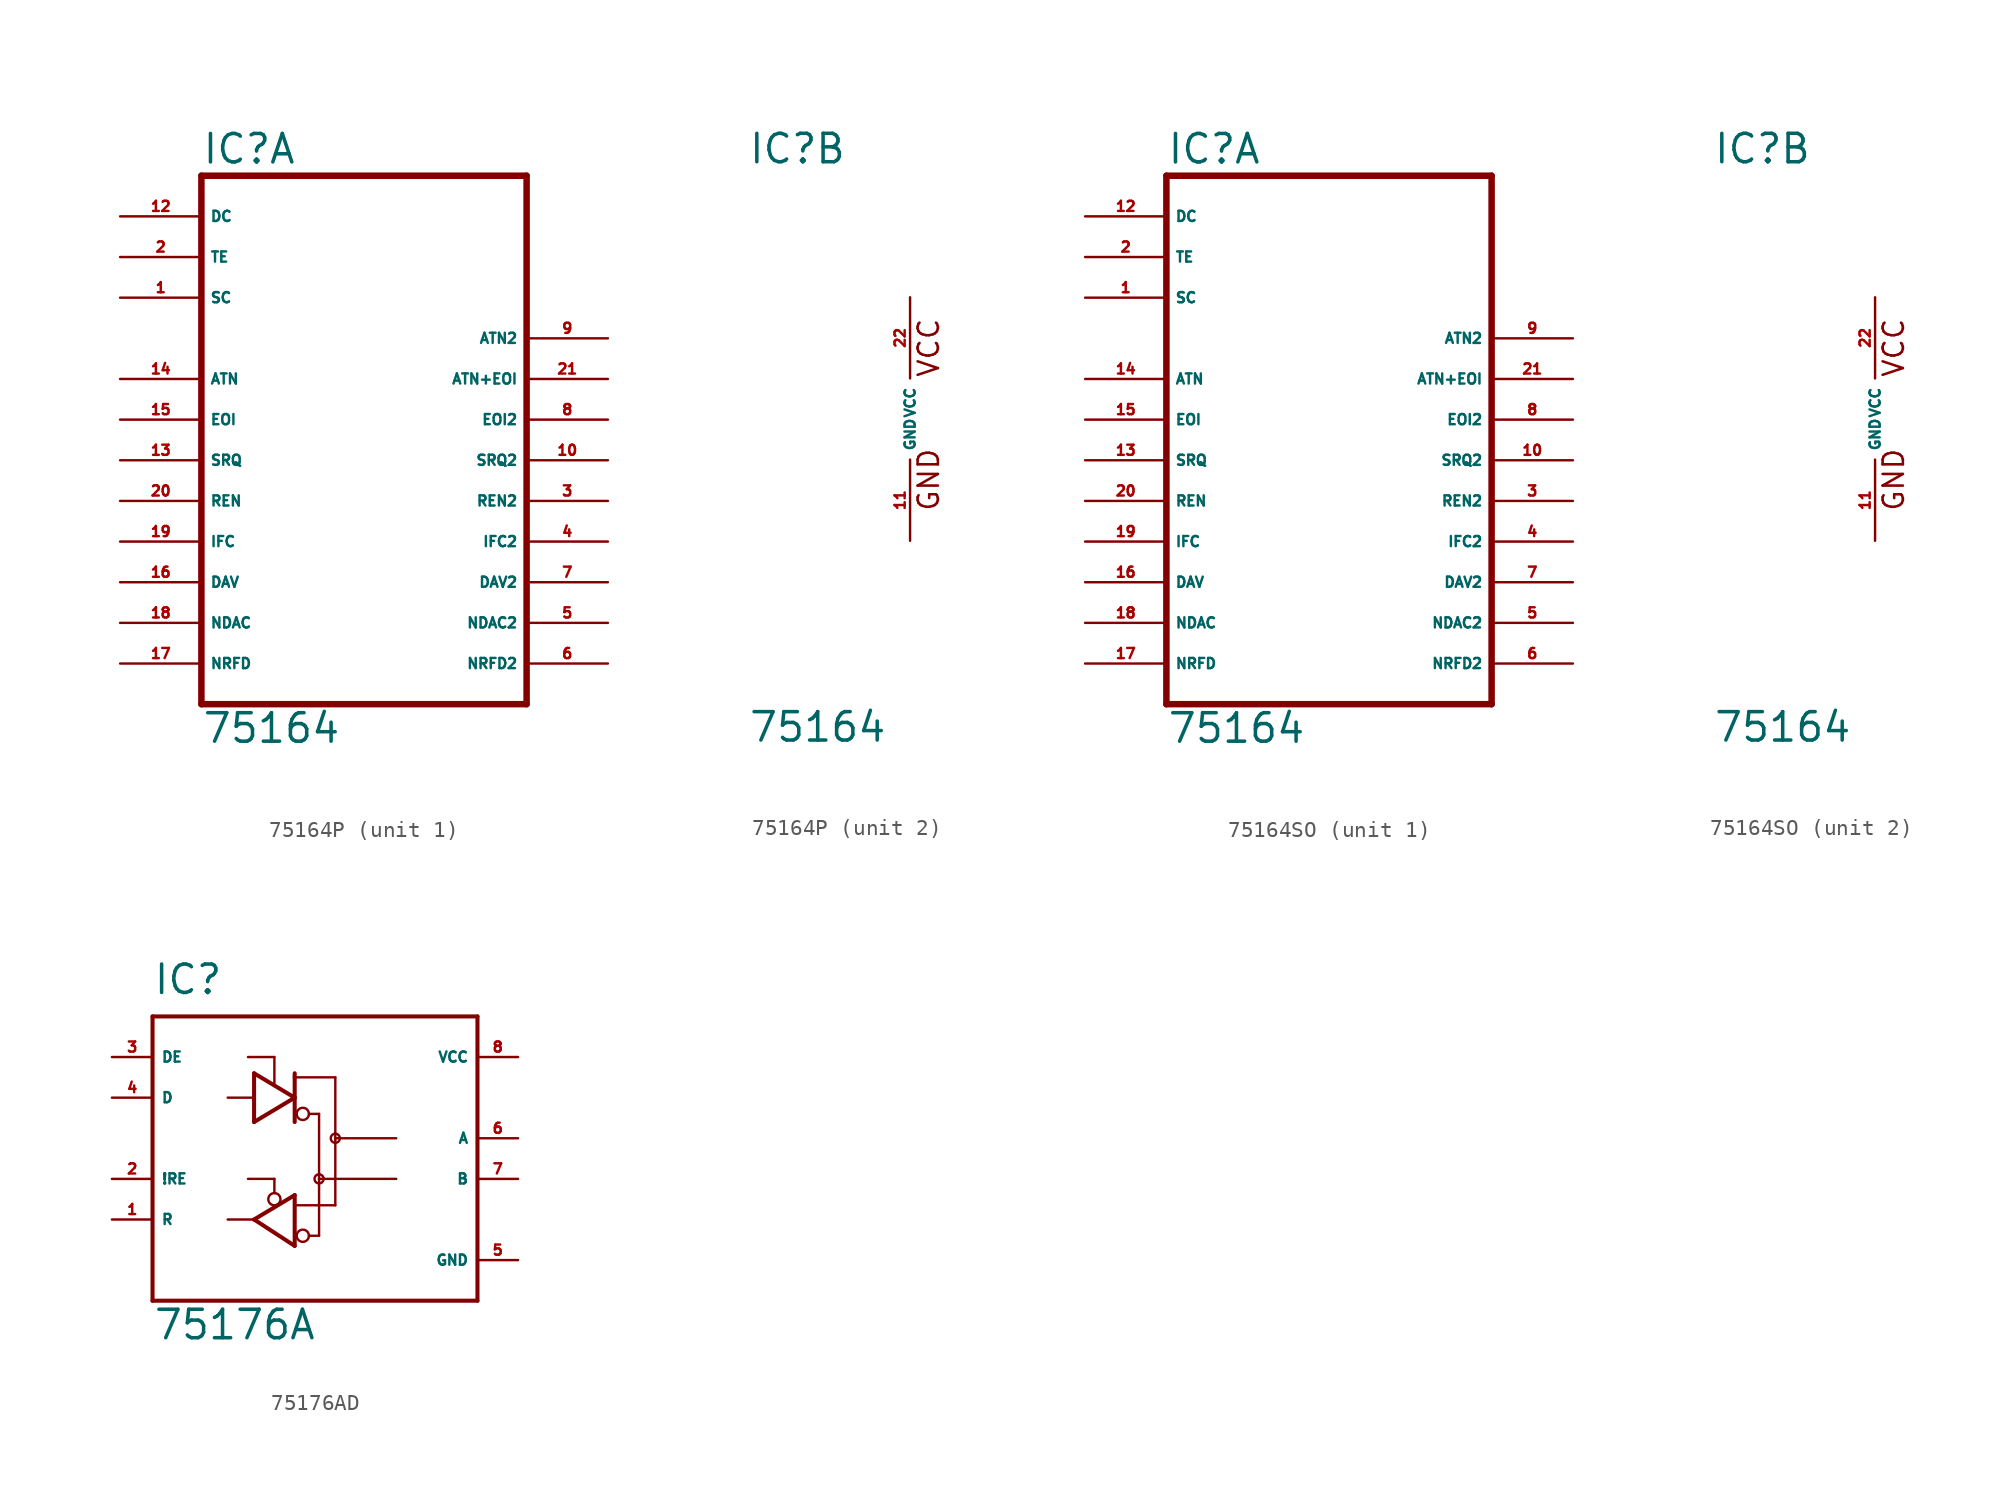
<source format=kicad_sym>
(kicad_symbol_lib
  (version 20220914)
  (generator Eagle2Kicad)
  (symbol "75164P"
    (property "Reference" "IC"
      (at -10.16 15.875 0)
      (effects (font (size 1.778 1.778) (thickness 0.22)) (justify left bottom)))
    (property "Value" "75164"
      (at -10.16 -20.32 0)
      (effects (font (size 1.778 1.778) (thickness 0.22)) (justify left bottom)))
    (symbol "75164P_1_0"
      (polyline (pts (xy -10.16 -17.78) (xy 10.16 -17.78)) (stroke (width 0.406) (type default)) (fill (type none)))
      (polyline (pts (xy 10.16 15.24) (xy 10.16 -17.78)) (stroke (width 0.406) (type default)) (fill (type none)))
      (polyline (pts (xy 10.16 15.24) (xy -10.16 15.24)) (stroke (width 0.406) (type default)) (fill (type none)))
      (polyline (pts (xy -10.16 -17.78) (xy -10.16 15.24)) (stroke (width 0.406) (type default)) (fill (type none)))
      (pin input line (at -15.24 12.7 0) (length 5.08) (name "DC" (effects (font (size 0.635 0.635) (thickness 0.08)) (justify left bottom))) (number "12" (effects (font (size 0.635 0.635) (thickness 0.08)) (justify left bottom))))
      (pin input line (at -15.24 10.16 0) (length 5.08) (name "TE" (effects (font (size 0.635 0.635) (thickness 0.08)) (justify left bottom))) (number "2" (effects (font (size 0.635 0.635) (thickness 0.08)) (justify left bottom))))
      (pin bidirectional line (at -15.24 2.54 0) (length 5.08) (name "ATN" (effects (font (size 0.635 0.635) (thickness 0.08)) (justify left bottom))) (number "14" (effects (font (size 0.635 0.635) (thickness 0.08)) (justify left bottom))))
      (pin bidirectional line (at -15.24 0 0) (length 5.08) (name "EOI" (effects (font (size 0.635 0.635) (thickness 0.08)) (justify left bottom))) (number "15" (effects (font (size 0.635 0.635) (thickness 0.08)) (justify left bottom))))
      (pin bidirectional line (at -15.24 -2.54 0) (length 5.08) (name "SRQ" (effects (font (size 0.635 0.635) (thickness 0.08)) (justify left bottom))) (number "13" (effects (font (size 0.635 0.635) (thickness 0.08)) (justify left bottom))))
      (pin bidirectional line (at -15.24 -5.08 0) (length 5.08) (name "REN" (effects (font (size 0.635 0.635) (thickness 0.08)) (justify left bottom))) (number "20" (effects (font (size 0.635 0.635) (thickness 0.08)) (justify left bottom))))
      (pin bidirectional line (at -15.24 -7.62 0) (length 5.08) (name "IFC" (effects (font (size 0.635 0.635) (thickness 0.08)) (justify left bottom))) (number "19" (effects (font (size 0.635 0.635) (thickness 0.08)) (justify left bottom))))
      (pin bidirectional line (at -15.24 -10.16 0) (length 5.08) (name "DAV" (effects (font (size 0.635 0.635) (thickness 0.08)) (justify left bottom))) (number "16" (effects (font (size 0.635 0.635) (thickness 0.08)) (justify left bottom))))
      (pin bidirectional line (at -15.24 -12.7 0) (length 5.08) (name "NDAC" (effects (font (size 0.635 0.635) (thickness 0.08)) (justify left bottom))) (number "18" (effects (font (size 0.635 0.635) (thickness 0.08)) (justify left bottom))))
      (pin bidirectional line (at -15.24 -15.24 0) (length 5.08) (name "NRFD" (effects (font (size 0.635 0.635) (thickness 0.08)) (justify left bottom))) (number "17" (effects (font (size 0.635 0.635) (thickness 0.08)) (justify left bottom))))
      (pin bidirectional line (at 15.24 5.08 180) (length 5.08) (name "ATN2" (effects (font (size 0.635 0.635) (thickness 0.08)) (justify left bottom))) (number "9" (effects (font (size 0.635 0.635) (thickness 0.08)) (justify left bottom))))
      (pin bidirectional line (at 15.24 0 180) (length 5.08) (name "EOI2" (effects (font (size 0.635 0.635) (thickness 0.08)) (justify left bottom))) (number "8" (effects (font (size 0.635 0.635) (thickness 0.08)) (justify left bottom))))
      (pin bidirectional line (at 15.24 -2.54 180) (length 5.08) (name "SRQ2" (effects (font (size 0.635 0.635) (thickness 0.08)) (justify left bottom))) (number "10" (effects (font (size 0.635 0.635) (thickness 0.08)) (justify left bottom))))
      (pin bidirectional line (at 15.24 -5.08 180) (length 5.08) (name "REN2" (effects (font (size 0.635 0.635) (thickness 0.08)) (justify left bottom))) (number "3" (effects (font (size 0.635 0.635) (thickness 0.08)) (justify left bottom))))
      (pin bidirectional line (at 15.24 -7.62 180) (length 5.08) (name "IFC2" (effects (font (size 0.635 0.635) (thickness 0.08)) (justify left bottom))) (number "4" (effects (font (size 0.635 0.635) (thickness 0.08)) (justify left bottom))))
      (pin bidirectional line (at 15.24 -10.16 180) (length 5.08) (name "DAV2" (effects (font (size 0.635 0.635) (thickness 0.08)) (justify left bottom))) (number "7" (effects (font (size 0.635 0.635) (thickness 0.08)) (justify left bottom))))
      (pin bidirectional line (at 15.24 -12.7 180) (length 5.08) (name "NDAC2" (effects (font (size 0.635 0.635) (thickness 0.08)) (justify left bottom))) (number "5" (effects (font (size 0.635 0.635) (thickness 0.08)) (justify left bottom))))
      (pin bidirectional line (at 15.24 -15.24 180) (length 5.08) (name "NRFD2" (effects (font (size 0.635 0.635) (thickness 0.08)) (justify left bottom))) (number "6" (effects (font (size 0.635 0.635) (thickness 0.08)) (justify left bottom))))
      (pin input line (at -15.24 7.62 0) (length 5.08) (name "SC" (effects (font (size 0.635 0.635) (thickness 0.08)) (justify left bottom))) (number "1" (effects (font (size 0.635 0.635) (thickness 0.08)) (justify left bottom))))
      (pin bidirectional line (at 15.24 2.54 180) (length 5.08) (name "ATN+EOI" (effects (font (size 0.635 0.635) (thickness 0.08)) (justify left bottom))) (number "21" (effects (font (size 0.635 0.635) (thickness 0.08)) (justify left bottom)))))
    (symbol "75164P_2_0"
      (text "GND" (at 1.905 -5.842 900) (effects (font (size 1.27 1.27) (thickness 0.16)) (justify left bottom)))
      (text "VCC" (at 1.905 2.54 900) (effects (font (size 1.27 1.27) (thickness 0.16)) (justify left bottom)))
      (pin unspecified line (at 0 -7.62 90) (length 5.08) (name "GND" (effects (font (size 0.635 0.635) (thickness 0.08)) (justify left bottom))) (number "11" (effects (font (size 0.635 0.635) (thickness 0.08)) (justify left bottom))))
      (pin unspecified line (at 0 7.62 270) (length 5.08) (name "VCC" (effects (font (size 0.635 0.635) (thickness 0.08)) (justify left bottom))) (number "22" (effects (font (size 0.635 0.635) (thickness 0.08)) (justify left bottom))))))
  (symbol "75164SO"
    (property "Reference" "IC"
      (at -10.16 15.875 0)
      (effects (font (size 1.778 1.778) (thickness 0.22)) (justify left bottom)))
    (property "Value" "75164"
      (at -10.16 -20.32 0)
      (effects (font (size 1.778 1.778) (thickness 0.22)) (justify left bottom)))
    (symbol "75164SO_1_0"
      (polyline (pts (xy -10.16 -17.78) (xy 10.16 -17.78)) (stroke (width 0.406) (type default)) (fill (type none)))
      (polyline (pts (xy 10.16 15.24) (xy 10.16 -17.78)) (stroke (width 0.406) (type default)) (fill (type none)))
      (polyline (pts (xy 10.16 15.24) (xy -10.16 15.24)) (stroke (width 0.406) (type default)) (fill (type none)))
      (polyline (pts (xy -10.16 -17.78) (xy -10.16 15.24)) (stroke (width 0.406) (type default)) (fill (type none)))
      (pin input line (at -15.24 12.7 0) (length 5.08) (name "DC" (effects (font (size 0.635 0.635) (thickness 0.08)) (justify left bottom))) (number "12" (effects (font (size 0.635 0.635) (thickness 0.08)) (justify left bottom))))
      (pin input line (at -15.24 10.16 0) (length 5.08) (name "TE" (effects (font (size 0.635 0.635) (thickness 0.08)) (justify left bottom))) (number "2" (effects (font (size 0.635 0.635) (thickness 0.08)) (justify left bottom))))
      (pin bidirectional line (at -15.24 2.54 0) (length 5.08) (name "ATN" (effects (font (size 0.635 0.635) (thickness 0.08)) (justify left bottom))) (number "14" (effects (font (size 0.635 0.635) (thickness 0.08)) (justify left bottom))))
      (pin bidirectional line (at -15.24 0 0) (length 5.08) (name "EOI" (effects (font (size 0.635 0.635) (thickness 0.08)) (justify left bottom))) (number "15" (effects (font (size 0.635 0.635) (thickness 0.08)) (justify left bottom))))
      (pin bidirectional line (at -15.24 -2.54 0) (length 5.08) (name "SRQ" (effects (font (size 0.635 0.635) (thickness 0.08)) (justify left bottom))) (number "13" (effects (font (size 0.635 0.635) (thickness 0.08)) (justify left bottom))))
      (pin bidirectional line (at -15.24 -5.08 0) (length 5.08) (name "REN" (effects (font (size 0.635 0.635) (thickness 0.08)) (justify left bottom))) (number "20" (effects (font (size 0.635 0.635) (thickness 0.08)) (justify left bottom))))
      (pin bidirectional line (at -15.24 -7.62 0) (length 5.08) (name "IFC" (effects (font (size 0.635 0.635) (thickness 0.08)) (justify left bottom))) (number "19" (effects (font (size 0.635 0.635) (thickness 0.08)) (justify left bottom))))
      (pin bidirectional line (at -15.24 -10.16 0) (length 5.08) (name "DAV" (effects (font (size 0.635 0.635) (thickness 0.08)) (justify left bottom))) (number "16" (effects (font (size 0.635 0.635) (thickness 0.08)) (justify left bottom))))
      (pin bidirectional line (at -15.24 -12.7 0) (length 5.08) (name "NDAC" (effects (font (size 0.635 0.635) (thickness 0.08)) (justify left bottom))) (number "18" (effects (font (size 0.635 0.635) (thickness 0.08)) (justify left bottom))))
      (pin bidirectional line (at -15.24 -15.24 0) (length 5.08) (name "NRFD" (effects (font (size 0.635 0.635) (thickness 0.08)) (justify left bottom))) (number "17" (effects (font (size 0.635 0.635) (thickness 0.08)) (justify left bottom))))
      (pin bidirectional line (at 15.24 5.08 180) (length 5.08) (name "ATN2" (effects (font (size 0.635 0.635) (thickness 0.08)) (justify left bottom))) (number "9" (effects (font (size 0.635 0.635) (thickness 0.08)) (justify left bottom))))
      (pin bidirectional line (at 15.24 0 180) (length 5.08) (name "EOI2" (effects (font (size 0.635 0.635) (thickness 0.08)) (justify left bottom))) (number "8" (effects (font (size 0.635 0.635) (thickness 0.08)) (justify left bottom))))
      (pin bidirectional line (at 15.24 -2.54 180) (length 5.08) (name "SRQ2" (effects (font (size 0.635 0.635) (thickness 0.08)) (justify left bottom))) (number "10" (effects (font (size 0.635 0.635) (thickness 0.08)) (justify left bottom))))
      (pin bidirectional line (at 15.24 -5.08 180) (length 5.08) (name "REN2" (effects (font (size 0.635 0.635) (thickness 0.08)) (justify left bottom))) (number "3" (effects (font (size 0.635 0.635) (thickness 0.08)) (justify left bottom))))
      (pin bidirectional line (at 15.24 -7.62 180) (length 5.08) (name "IFC2" (effects (font (size 0.635 0.635) (thickness 0.08)) (justify left bottom))) (number "4" (effects (font (size 0.635 0.635) (thickness 0.08)) (justify left bottom))))
      (pin bidirectional line (at 15.24 -10.16 180) (length 5.08) (name "DAV2" (effects (font (size 0.635 0.635) (thickness 0.08)) (justify left bottom))) (number "7" (effects (font (size 0.635 0.635) (thickness 0.08)) (justify left bottom))))
      (pin bidirectional line (at 15.24 -12.7 180) (length 5.08) (name "NDAC2" (effects (font (size 0.635 0.635) (thickness 0.08)) (justify left bottom))) (number "5" (effects (font (size 0.635 0.635) (thickness 0.08)) (justify left bottom))))
      (pin bidirectional line (at 15.24 -15.24 180) (length 5.08) (name "NRFD2" (effects (font (size 0.635 0.635) (thickness 0.08)) (justify left bottom))) (number "6" (effects (font (size 0.635 0.635) (thickness 0.08)) (justify left bottom))))
      (pin input line (at -15.24 7.62 0) (length 5.08) (name "SC" (effects (font (size 0.635 0.635) (thickness 0.08)) (justify left bottom))) (number "1" (effects (font (size 0.635 0.635) (thickness 0.08)) (justify left bottom))))
      (pin bidirectional line (at 15.24 2.54 180) (length 5.08) (name "ATN+EOI" (effects (font (size 0.635 0.635) (thickness 0.08)) (justify left bottom))) (number "21" (effects (font (size 0.635 0.635) (thickness 0.08)) (justify left bottom)))))
    (symbol "75164SO_2_0"
      (text "GND" (at 1.905 -5.842 900) (effects (font (size 1.27 1.27) (thickness 0.16)) (justify left bottom)))
      (text "VCC" (at 1.905 2.54 900) (effects (font (size 1.27 1.27) (thickness 0.16)) (justify left bottom)))
      (pin unspecified line (at 0 -7.62 90) (length 5.08) (name "GND" (effects (font (size 0.635 0.635) (thickness 0.08)) (justify left bottom))) (number "11" (effects (font (size 0.635 0.635) (thickness 0.08)) (justify left bottom))))
      (pin unspecified line (at 0 7.62 270) (length 5.08) (name "VCC" (effects (font (size 0.635 0.635) (thickness 0.08)) (justify left bottom))) (number "22" (effects (font (size 0.635 0.635) (thickness 0.08)) (justify left bottom))))))
  (symbol "75176AD"
    (property "Reference" "IC"
      (at -10.16 8.89 0)
      (effects (font (size 1.778 1.778) (thickness 0.22)) (justify left bottom)))
    (property "Value" "75176A"
      (at -10.16 -12.7 0)
      (effects (font (size 1.778 1.778) (thickness 0.22)) (justify left bottom)))
    (polyline
      (pts (xy -3.81 4.064) (xy -3.81 1.016))
      (stroke (width 0.254) (type default))
      (fill (type none)))
    (polyline
      (pts (xy -3.81 1.016) (xy -1.27 2.54))
      (stroke (width 0.254) (type default))
      (fill (type none)))
    (polyline
      (pts (xy -1.27 2.54) (xy -3.81 4.064))
      (stroke (width 0.254) (type default))
      (fill (type none)))
    (polyline
      (pts (xy -1.27 4.064) (xy -1.27 3.81))
      (stroke (width 0.254) (type default))
      (fill (type none)))
    (polyline
      (pts (xy -1.27 3.81) (xy -1.27 1.016))
      (stroke (width 0.254) (type default))
      (fill (type none)))
    (polyline
      (pts (xy -3.81 -5.08) (xy -1.27 -3.556))
      (stroke (width 0.254) (type default))
      (fill (type none)))
    (polyline
      (pts (xy -1.27 -3.556) (xy -1.27 -6.731))
      (stroke (width 0.254) (type default))
      (fill (type none)))
    (polyline
      (pts (xy -1.27 -6.731) (xy -3.81 -5.08))
      (stroke (width 0.254) (type default))
      (fill (type none)))
    (polyline
      (pts (xy -4.191 5.08) (xy -2.54 5.08))
      (stroke (width 0.152) (type default))
      (fill (type none)))
    (polyline
      (pts (xy -2.54 5.08) (xy -2.54 3.429))
      (stroke (width 0.152) (type default))
      (fill (type none)))
    (polyline
      (pts (xy -5.461 2.54) (xy -3.937 2.54))
      (stroke (width 0.152) (type default))
      (fill (type none)))
    (polyline
      (pts (xy -1.27 3.81) (xy 1.27 3.81))
      (stroke (width 0.152) (type default))
      (fill (type none)))
    (polyline
      (pts (xy 1.27 3.81) (xy 1.27 0))
      (stroke (width 0.152) (type default))
      (fill (type none)))
    (polyline
      (pts (xy 1.27 0) (xy 5.08 0))
      (stroke (width 0.152) (type default))
      (fill (type none)))
    (polyline
      (pts (xy -0.381 1.524) (xy 0.254 1.524))
      (stroke (width 0.152) (type default))
      (fill (type none)))
    (polyline
      (pts (xy 0.254 1.524) (xy 0.254 -2.54))
      (stroke (width 0.152) (type default))
      (fill (type none)))
    (polyline
      (pts (xy 0.254 -2.54) (xy 5.08 -2.54))
      (stroke (width 0.152) (type default))
      (fill (type none)))
    (polyline
      (pts (xy -4.191 -2.54) (xy -2.54 -2.54))
      (stroke (width 0.152) (type default))
      (fill (type none)))
    (polyline
      (pts (xy -2.54 -2.54) (xy -2.54 -3.429))
      (stroke (width 0.152) (type default))
      (fill (type none)))
    (polyline
      (pts (xy -1.143 -4.191) (xy 1.27 -4.191))
      (stroke (width 0.152) (type default))
      (fill (type none)))
    (polyline
      (pts (xy 1.27 -4.191) (xy 1.27 0))
      (stroke (width 0.152) (type default))
      (fill (type none)))
    (polyline
      (pts (xy 0.254 -2.54) (xy 0.254 -6.096))
      (stroke (width 0.152) (type default))
      (fill (type none)))
    (polyline
      (pts (xy 0.254 -6.096) (xy -0.381 -6.096))
      (stroke (width 0.152) (type default))
      (fill (type none)))
    (polyline
      (pts (xy -10.16 7.62) (xy 10.16 7.62))
      (stroke (width 0.254) (type default))
      (fill (type none)))
    (polyline
      (pts (xy 10.16 7.62) (xy 10.16 -10.16))
      (stroke (width 0.254) (type default))
      (fill (type none)))
    (polyline
      (pts (xy 10.16 -10.16) (xy -10.16 -10.16))
      (stroke (width 0.254) (type default))
      (fill (type none)))
    (polyline
      (pts (xy -10.16 -10.16) (xy -10.16 7.62))
      (stroke (width 0.254) (type default))
      (fill (type none)))
    (polyline
      (pts (xy -3.81 -5.08) (xy -5.461 -5.08))
      (stroke (width 0.152) (type default))
      (fill (type none)))
    (circle
      (center -0.762 1.524)
      (radius 0.381)
      (stroke (width 0.152) (type default))
      (fill (type none)))
    (circle
      (center -2.54 -3.81)
      (radius 0.381)
      (stroke (width 0.152) (type default))
      (fill (type none)))
    (circle
      (center -0.762 -6.096)
      (radius 0.381)
      (stroke (width 0.152) (type default))
      (fill (type none)))
    (circle
      (center 0.254 -2.54)
      (radius 0.284)
      (stroke (width 0) (type default))
      (fill (type none)))
    (circle
      (center 1.27 0)
      (radius 0.284)
      (stroke (width 0) (type default))
      (fill (type none)))
    (pin input line
      (at -12.7 -5.08 0)
      (length 2.54)
      (name "R" (effects (font (size 0.635 0.635) (thickness 0.08)) (justify left bottom)))
      (number "1" (effects (font (size 0.635 0.635) (thickness 0.08)) (justify left bottom))))
    (pin input line
      (at -12.7 -2.54 0)
      (length 2.54)
      (name "!RE" (effects (font (size 0.635 0.635) (thickness 0.08)) (justify left bottom)))
      (number "2" (effects (font (size 0.635 0.635) (thickness 0.08)) (justify left bottom))))
    (pin input line
      (at -12.7 5.08 0)
      (length 2.54)
      (name "DE" (effects (font (size 0.635 0.635) (thickness 0.08)) (justify left bottom)))
      (number "3" (effects (font (size 0.635 0.635) (thickness 0.08)) (justify left bottom))))
    (pin input line
      (at -12.7 2.54 0)
      (length 2.54)
      (name "D" (effects (font (size 0.635 0.635) (thickness 0.08)) (justify left bottom)))
      (number "4" (effects (font (size 0.635 0.635) (thickness 0.08)) (justify left bottom))))
    (pin unspecified line
      (at 12.7 -7.62 180)
      (length 2.54)
      (name "GND" (effects (font (size 0.635 0.635) (thickness 0.08)) (justify left bottom)))
      (number "5" (effects (font (size 0.635 0.635) (thickness 0.08)) (justify left bottom))))
    (pin unspecified line
      (at 12.7 5.08 180)
      (length 2.54)
      (name "VCC" (effects (font (size 0.635 0.635) (thickness 0.08)) (justify left bottom)))
      (number "8" (effects (font (size 0.635 0.635) (thickness 0.08)) (justify left bottom))))
    (pin output line
      (at 12.7 0 180)
      (length 2.54)
      (name "A" (effects (font (size 0.635 0.635) (thickness 0.08)) (justify left bottom)))
      (number "6" (effects (font (size 0.635 0.635) (thickness 0.08)) (justify left bottom))))
    (pin output line
      (at 12.7 -2.54 180)
      (length 2.54)
      (name "B" (effects (font (size 0.635 0.635) (thickness 0.08)) (justify left bottom)))
      (number "7" (effects (font (size 0.635 0.635) (thickness 0.08)) (justify left bottom))))))
</source>
